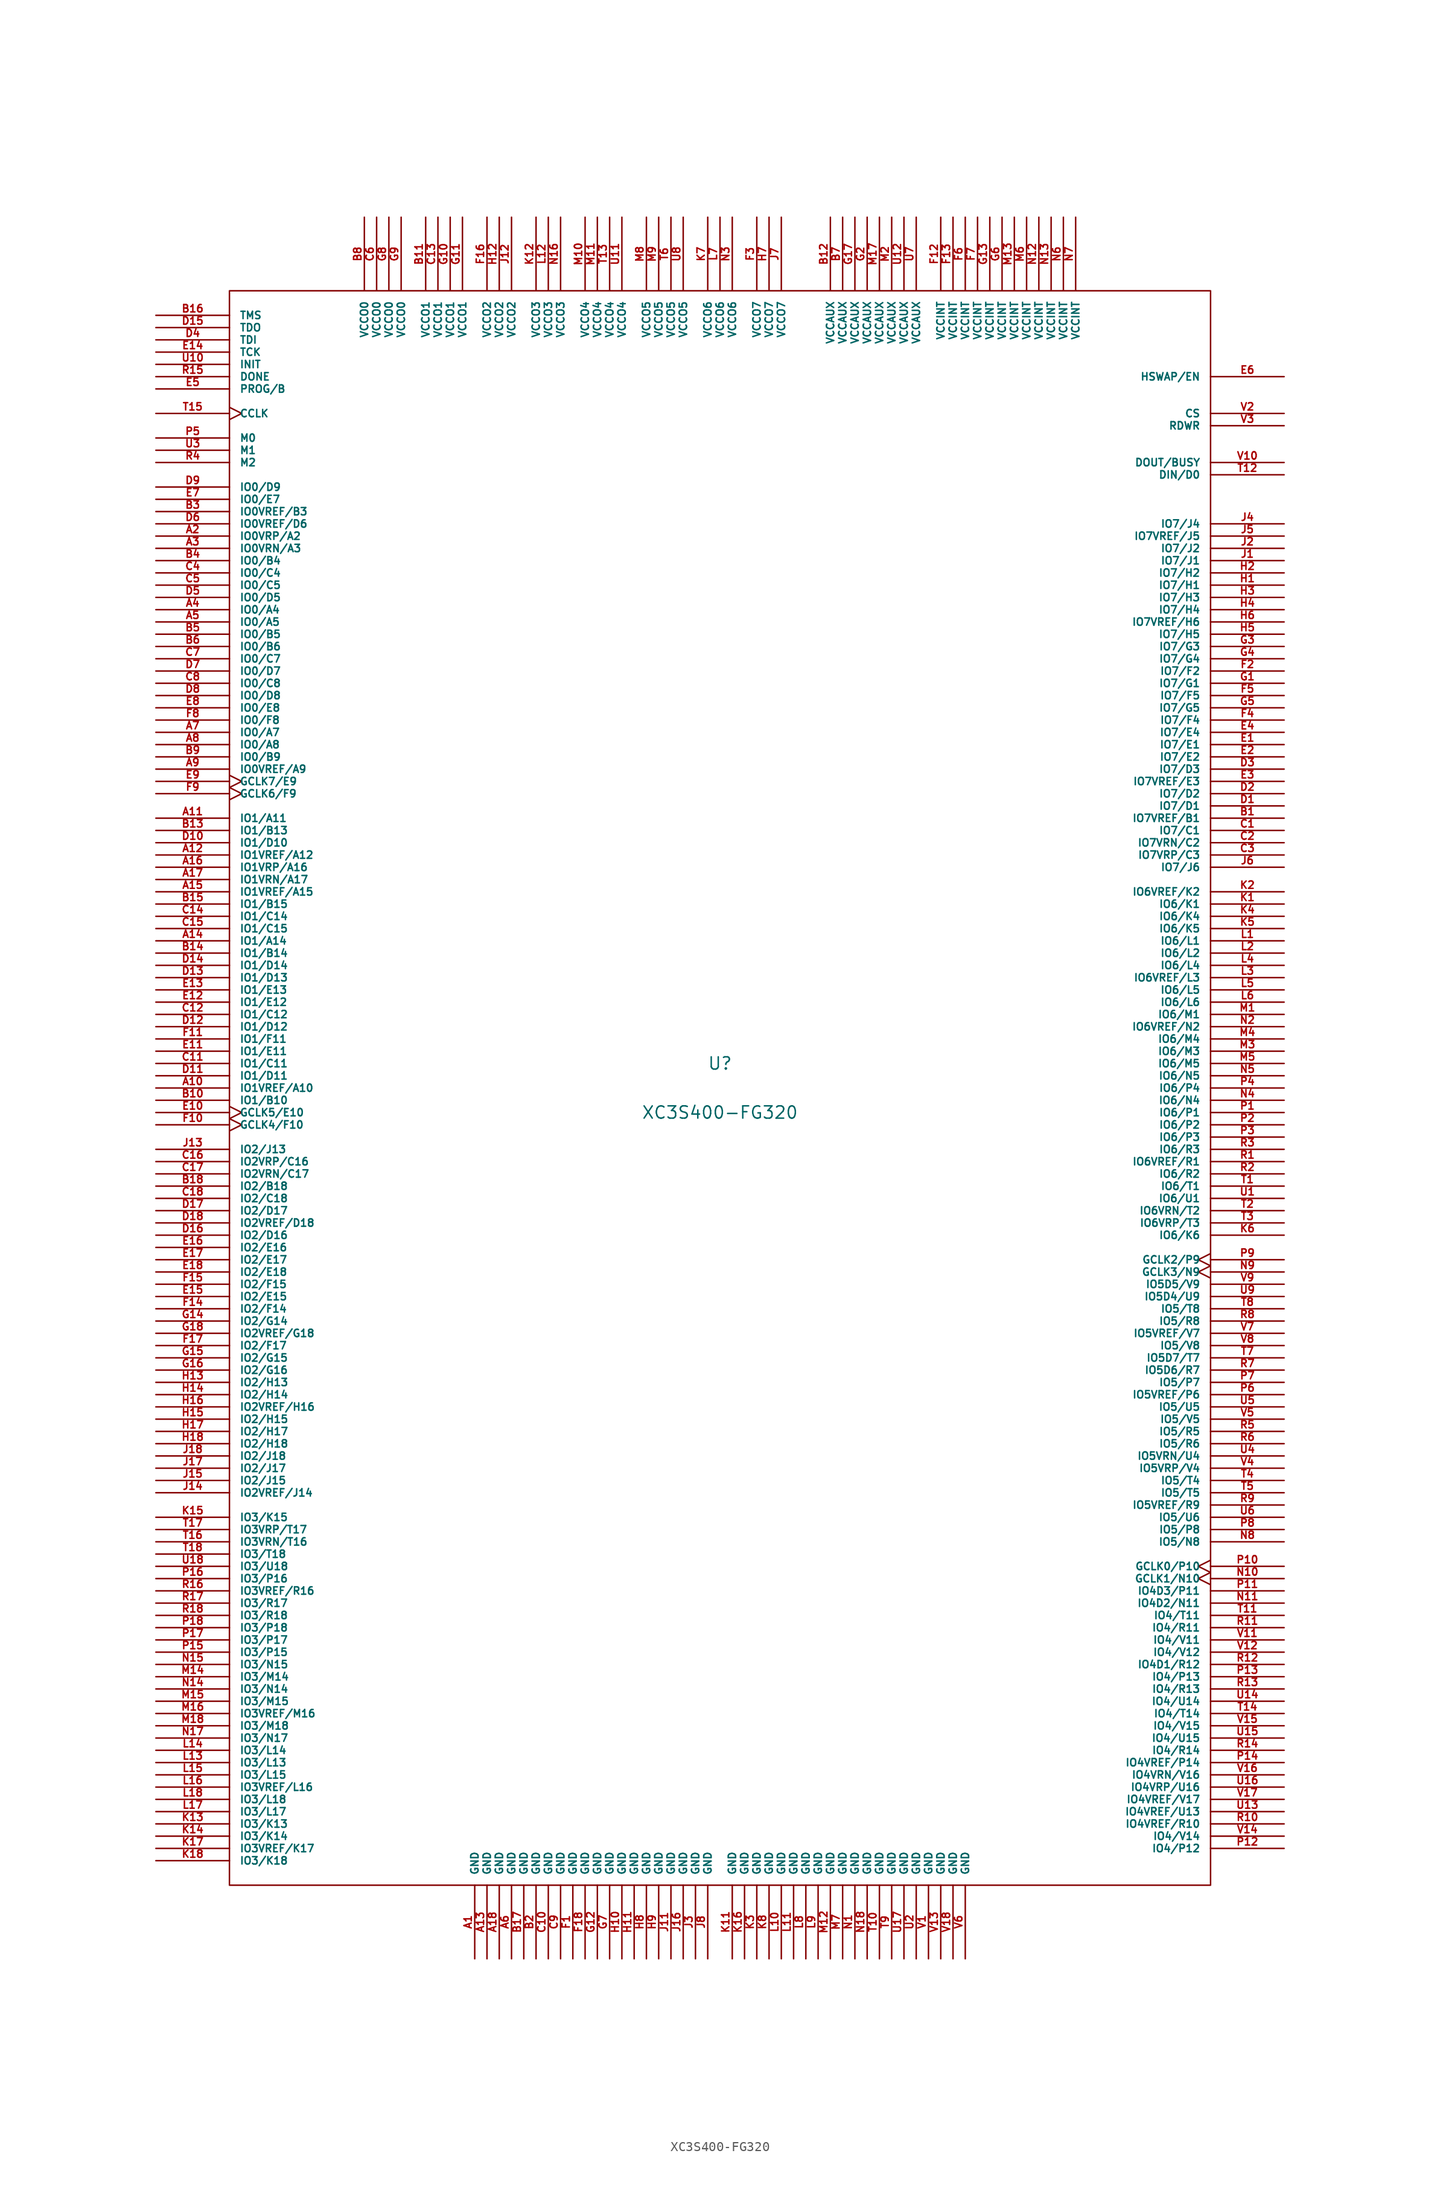
<source format=kicad_sym>
(kicad_symbol_lib
  (version 20201005)
  (generator kicad_symbol_editor)
  (symbol "FPGA_Xilinx:XC3S400-FG320"
    (pin_names
      (offset 1.016))
    (property "Reference" "U"
      (at 0 2.54 0)
      (effects (font (size 1.27 1.27))))
    (property "Value" "XC3S400-FG320"
      (at 0 -2.54 0)
      (effects (font (size 1.27 1.27))))
    (symbol "XC3S400-FG320_0_1"
      (rectangle (start -50.8 -82.55) (end 50.8 82.55) (stroke (width 0)) (fill (type none))))
    (symbol "XC3S400-FG320_1_1"
      (pin power_in line (at -25.4 -90.17 90) (length 7.62) (name "GND" (effects (font (size 0.762 0.762)))) (number "A1" (effects (font (size 0.762 0.762)))))
      (pin bidirectional line (at -58.42 0 0) (length 7.62) (name "IO1VREF/A10" (effects (font (size 0.762 0.762)))) (number "A10" (effects (font (size 0.762 0.762)))))
      (pin bidirectional line (at -58.42 27.94 0) (length 7.62) (name "IO1/A11" (effects (font (size 0.762 0.762)))) (number "A11" (effects (font (size 0.762 0.762)))))
      (pin bidirectional line (at -58.42 24.13 0) (length 7.62) (name "IO1VREF/A12" (effects (font (size 0.762 0.762)))) (number "A12" (effects (font (size 0.762 0.762)))))
      (pin power_in line (at -24.13 -90.17 90) (length 7.62) (name "GND" (effects (font (size 0.762 0.762)))) (number "A13" (effects (font (size 0.762 0.762)))))
      (pin bidirectional line (at -58.42 15.24 0) (length 7.62) (name "IO1/A14" (effects (font (size 0.762 0.762)))) (number "A14" (effects (font (size 0.762 0.762)))))
      (pin bidirectional line (at -58.42 20.32 0) (length 7.62) (name "IO1VREF/A15" (effects (font (size 0.762 0.762)))) (number "A15" (effects (font (size 0.762 0.762)))))
      (pin bidirectional line (at -58.42 22.86 0) (length 7.62) (name "IO1VRP/A16" (effects (font (size 0.762 0.762)))) (number "A16" (effects (font (size 0.762 0.762)))))
      (pin bidirectional line (at -58.42 21.59 0) (length 7.62) (name "IO1VRN/A17" (effects (font (size 0.762 0.762)))) (number "A17" (effects (font (size 0.762 0.762)))))
      (pin power_in line (at -22.86 -90.17 90) (length 7.62) (name "GND" (effects (font (size 0.762 0.762)))) (number "A18" (effects (font (size 0.762 0.762)))))
      (pin bidirectional line (at -58.42 57.15 0) (length 7.62) (name "IO0VRP/A2" (effects (font (size 0.762 0.762)))) (number "A2" (effects (font (size 0.762 0.762)))))
      (pin bidirectional line (at -58.42 55.88 0) (length 7.62) (name "IO0VRN/A3" (effects (font (size 0.762 0.762)))) (number "A3" (effects (font (size 0.762 0.762)))))
      (pin bidirectional line (at -58.42 49.53 0) (length 7.62) (name "IO0/A4" (effects (font (size 0.762 0.762)))) (number "A4" (effects (font (size 0.762 0.762)))))
      (pin bidirectional line (at -58.42 48.26 0) (length 7.62) (name "IO0/A5" (effects (font (size 0.762 0.762)))) (number "A5" (effects (font (size 0.762 0.762)))))
      (pin power_in line (at -21.59 -90.17 90) (length 7.62) (name "GND" (effects (font (size 0.762 0.762)))) (number "A6" (effects (font (size 0.762 0.762)))))
      (pin bidirectional line (at -58.42 36.83 0) (length 7.62) (name "IO0/A7" (effects (font (size 0.762 0.762)))) (number "A7" (effects (font (size 0.762 0.762)))))
      (pin bidirectional line (at -58.42 35.56 0) (length 7.62) (name "IO0/A8" (effects (font (size 0.762 0.762)))) (number "A8" (effects (font (size 0.762 0.762)))))
      (pin bidirectional line (at -58.42 33.02 0) (length 7.62) (name "IO0VREF/A9" (effects (font (size 0.762 0.762)))) (number "A9" (effects (font (size 0.762 0.762)))))
      (pin bidirectional line (at 58.42 27.94 180) (length 7.62) (name "IO7VREF/B1" (effects (font (size 0.762 0.762)))) (number "B1" (effects (font (size 0.762 0.762)))))
      (pin bidirectional line (at -58.42 -1.27 0) (length 7.62) (name "IO1/B10" (effects (font (size 0.762 0.762)))) (number "B10" (effects (font (size 0.762 0.762)))))
      (pin power_in line (at -30.48 90.17 270) (length 7.62) (name "VCCO1" (effects (font (size 0.762 0.762)))) (number "B11" (effects (font (size 0.762 0.762)))))
      (pin power_in line (at 11.43 90.17 270) (length 7.62) (name "VCCAUX" (effects (font (size 0.762 0.762)))) (number "B12" (effects (font (size 0.762 0.762)))))
      (pin bidirectional line (at -58.42 26.67 0) (length 7.62) (name "IO1/B13" (effects (font (size 0.762 0.762)))) (number "B13" (effects (font (size 0.762 0.762)))))
      (pin bidirectional line (at -58.42 13.97 0) (length 7.62) (name "IO1/B14" (effects (font (size 0.762 0.762)))) (number "B14" (effects (font (size 0.762 0.762)))))
      (pin bidirectional line (at -58.42 19.05 0) (length 7.62) (name "IO1/B15" (effects (font (size 0.762 0.762)))) (number "B15" (effects (font (size 0.762 0.762)))))
      (pin input line (at -58.42 80.01 0) (length 7.62) (name "TMS" (effects (font (size 0.762 0.762)))) (number "B16" (effects (font (size 0.762 0.762)))))
      (pin power_in line (at -20.32 -90.17 90) (length 7.62) (name "GND" (effects (font (size 0.762 0.762)))) (number "B17" (effects (font (size 0.762 0.762)))))
      (pin bidirectional line (at -58.42 -10.16 0) (length 7.62) (name "IO2/B18" (effects (font (size 0.762 0.762)))) (number "B18" (effects (font (size 0.762 0.762)))))
      (pin power_in line (at -19.05 -90.17 90) (length 7.62) (name "GND" (effects (font (size 0.762 0.762)))) (number "B2" (effects (font (size 0.762 0.762)))))
      (pin bidirectional line (at -58.42 59.69 0) (length 7.62) (name "IO0VREF/B3" (effects (font (size 0.762 0.762)))) (number "B3" (effects (font (size 0.762 0.762)))))
      (pin bidirectional line (at -58.42 54.61 0) (length 7.62) (name "IO0/B4" (effects (font (size 0.762 0.762)))) (number "B4" (effects (font (size 0.762 0.762)))))
      (pin bidirectional line (at -58.42 46.99 0) (length 7.62) (name "IO0/B5" (effects (font (size 0.762 0.762)))) (number "B5" (effects (font (size 0.762 0.762)))))
      (pin bidirectional line (at -58.42 45.72 0) (length 7.62) (name "IO0/B6" (effects (font (size 0.762 0.762)))) (number "B6" (effects (font (size 0.762 0.762)))))
      (pin power_in line (at 12.7 90.17 270) (length 7.62) (name "VCCAUX" (effects (font (size 0.762 0.762)))) (number "B7" (effects (font (size 0.762 0.762)))))
      (pin power_in line (at -36.83 90.17 270) (length 7.62) (name "VCCO0" (effects (font (size 0.762 0.762)))) (number "B8" (effects (font (size 0.762 0.762)))))
      (pin bidirectional line (at -58.42 34.29 0) (length 7.62) (name "IO0/B9" (effects (font (size 0.762 0.762)))) (number "B9" (effects (font (size 0.762 0.762)))))
      (pin bidirectional line (at 58.42 26.67 180) (length 7.62) (name "IO7/C1" (effects (font (size 0.762 0.762)))) (number "C1" (effects (font (size 0.762 0.762)))))
      (pin power_in line (at -17.78 -90.17 90) (length 7.62) (name "GND" (effects (font (size 0.762 0.762)))) (number "C10" (effects (font (size 0.762 0.762)))))
      (pin bidirectional line (at -58.42 2.54 0) (length 7.62) (name "IO1/C11" (effects (font (size 0.762 0.762)))) (number "C11" (effects (font (size 0.762 0.762)))))
      (pin bidirectional line (at -58.42 7.62 0) (length 7.62) (name "IO1/C12" (effects (font (size 0.762 0.762)))) (number "C12" (effects (font (size 0.762 0.762)))))
      (pin power_in line (at -29.21 90.17 270) (length 7.62) (name "VCCO1" (effects (font (size 0.762 0.762)))) (number "C13" (effects (font (size 0.762 0.762)))))
      (pin bidirectional line (at -58.42 17.78 0) (length 7.62) (name "IO1/C14" (effects (font (size 0.762 0.762)))) (number "C14" (effects (font (size 0.762 0.762)))))
      (pin bidirectional line (at -58.42 16.51 0) (length 7.62) (name "IO1/C15" (effects (font (size 0.762 0.762)))) (number "C15" (effects (font (size 0.762 0.762)))))
      (pin bidirectional line (at -58.42 -7.62 0) (length 7.62) (name "IO2VRP/C16" (effects (font (size 0.762 0.762)))) (number "C16" (effects (font (size 0.762 0.762)))))
      (pin bidirectional line (at -58.42 -8.89 0) (length 7.62) (name "IO2VRN/C17" (effects (font (size 0.762 0.762)))) (number "C17" (effects (font (size 0.762 0.762)))))
      (pin bidirectional line (at -58.42 -11.43 0) (length 7.62) (name "IO2/C18" (effects (font (size 0.762 0.762)))) (number "C18" (effects (font (size 0.762 0.762)))))
      (pin bidirectional line (at 58.42 25.4 180) (length 7.62) (name "IO7VRN/C2" (effects (font (size 0.762 0.762)))) (number "C2" (effects (font (size 0.762 0.762)))))
      (pin bidirectional line (at 58.42 24.13 180) (length 7.62) (name "IO7VRP/C3" (effects (font (size 0.762 0.762)))) (number "C3" (effects (font (size 0.762 0.762)))))
      (pin bidirectional line (at -58.42 53.34 0) (length 7.62) (name "IO0/C4" (effects (font (size 0.762 0.762)))) (number "C4" (effects (font (size 0.762 0.762)))))
      (pin bidirectional line (at -58.42 52.07 0) (length 7.62) (name "IO0/C5" (effects (font (size 0.762 0.762)))) (number "C5" (effects (font (size 0.762 0.762)))))
      (pin power_in line (at -35.56 90.17 270) (length 7.62) (name "VCCO0" (effects (font (size 0.762 0.762)))) (number "C6" (effects (font (size 0.762 0.762)))))
      (pin bidirectional line (at -58.42 44.45 0) (length 7.62) (name "IO0/C7" (effects (font (size 0.762 0.762)))) (number "C7" (effects (font (size 0.762 0.762)))))
      (pin bidirectional line (at -58.42 41.91 0) (length 7.62) (name "IO0/C8" (effects (font (size 0.762 0.762)))) (number "C8" (effects (font (size 0.762 0.762)))))
      (pin power_in line (at -16.51 -90.17 90) (length 7.62) (name "GND" (effects (font (size 0.762 0.762)))) (number "C9" (effects (font (size 0.762 0.762)))))
      (pin bidirectional line (at 58.42 29.21 180) (length 7.62) (name "IO7/D1" (effects (font (size 0.762 0.762)))) (number "D1" (effects (font (size 0.762 0.762)))))
      (pin bidirectional line (at -58.42 25.4 0) (length 7.62) (name "IO1/D10" (effects (font (size 0.762 0.762)))) (number "D10" (effects (font (size 0.762 0.762)))))
      (pin bidirectional line (at -58.42 1.27 0) (length 7.62) (name "IO1/D11" (effects (font (size 0.762 0.762)))) (number "D11" (effects (font (size 0.762 0.762)))))
      (pin bidirectional line (at -58.42 6.35 0) (length 7.62) (name "IO1/D12" (effects (font (size 0.762 0.762)))) (number "D12" (effects (font (size 0.762 0.762)))))
      (pin bidirectional line (at -58.42 11.43 0) (length 7.62) (name "IO1/D13" (effects (font (size 0.762 0.762)))) (number "D13" (effects (font (size 0.762 0.762)))))
      (pin bidirectional line (at -58.42 12.7 0) (length 7.62) (name "IO1/D14" (effects (font (size 0.762 0.762)))) (number "D14" (effects (font (size 0.762 0.762)))))
      (pin output line (at -58.42 78.74 0) (length 7.62) (name "TDO" (effects (font (size 0.762 0.762)))) (number "D15" (effects (font (size 0.762 0.762)))))
      (pin bidirectional line (at -58.42 -15.24 0) (length 7.62) (name "IO2/D16" (effects (font (size 0.762 0.762)))) (number "D16" (effects (font (size 0.762 0.762)))))
      (pin bidirectional line (at -58.42 -12.7 0) (length 7.62) (name "IO2/D17" (effects (font (size 0.762 0.762)))) (number "D17" (effects (font (size 0.762 0.762)))))
      (pin bidirectional line (at -58.42 -13.97 0) (length 7.62) (name "IO2VREF/D18" (effects (font (size 0.762 0.762)))) (number "D18" (effects (font (size 0.762 0.762)))))
      (pin bidirectional line (at 58.42 30.48 180) (length 7.62) (name "IO7/D2" (effects (font (size 0.762 0.762)))) (number "D2" (effects (font (size 0.762 0.762)))))
      (pin bidirectional line (at 58.42 33.02 180) (length 7.62) (name "IO7/D3" (effects (font (size 0.762 0.762)))) (number "D3" (effects (font (size 0.762 0.762)))))
      (pin input line (at -58.42 77.47 0) (length 7.62) (name "TDI" (effects (font (size 0.762 0.762)))) (number "D4" (effects (font (size 0.762 0.762)))))
      (pin bidirectional line (at -58.42 50.8 0) (length 7.62) (name "IO0/D5" (effects (font (size 0.762 0.762)))) (number "D5" (effects (font (size 0.762 0.762)))))
      (pin bidirectional line (at -58.42 58.42 0) (length 7.62) (name "IO0VREF/D6" (effects (font (size 0.762 0.762)))) (number "D6" (effects (font (size 0.762 0.762)))))
      (pin bidirectional line (at -58.42 43.18 0) (length 7.62) (name "IO0/D7" (effects (font (size 0.762 0.762)))) (number "D7" (effects (font (size 0.762 0.762)))))
      (pin bidirectional line (at -58.42 40.64 0) (length 7.62) (name "IO0/D8" (effects (font (size 0.762 0.762)))) (number "D8" (effects (font (size 0.762 0.762)))))
      (pin bidirectional line (at -58.42 62.23 0) (length 7.62) (name "IO0/D9" (effects (font (size 0.762 0.762)))) (number "D9" (effects (font (size 0.762 0.762)))))
      (pin bidirectional line (at 58.42 35.56 180) (length 7.62) (name "IO7/E1" (effects (font (size 0.762 0.762)))) (number "E1" (effects (font (size 0.762 0.762)))))
      (pin input clock (at -58.42 -2.54 0) (length 7.62) (name "GCLK5/E10" (effects (font (size 0.762 0.762)))) (number "E10" (effects (font (size 0.762 0.762)))))
      (pin bidirectional line (at -58.42 3.81 0) (length 7.62) (name "IO1/E11" (effects (font (size 0.762 0.762)))) (number "E11" (effects (font (size 0.762 0.762)))))
      (pin bidirectional line (at -58.42 8.89 0) (length 7.62) (name "IO1/E12" (effects (font (size 0.762 0.762)))) (number "E12" (effects (font (size 0.762 0.762)))))
      (pin bidirectional line (at -58.42 10.16 0) (length 7.62) (name "IO1/E13" (effects (font (size 0.762 0.762)))) (number "E13" (effects (font (size 0.762 0.762)))))
      (pin input line (at -58.42 76.2 0) (length 7.62) (name "TCK" (effects (font (size 0.762 0.762)))) (number "E14" (effects (font (size 0.762 0.762)))))
      (pin bidirectional line (at -58.42 -21.59 0) (length 7.62) (name "IO2/E15" (effects (font (size 0.762 0.762)))) (number "E15" (effects (font (size 0.762 0.762)))))
      (pin bidirectional line (at -58.42 -16.51 0) (length 7.62) (name "IO2/E16" (effects (font (size 0.762 0.762)))) (number "E16" (effects (font (size 0.762 0.762)))))
      (pin bidirectional line (at -58.42 -17.78 0) (length 7.62) (name "IO2/E17" (effects (font (size 0.762 0.762)))) (number "E17" (effects (font (size 0.762 0.762)))))
      (pin bidirectional line (at -58.42 -19.05 0) (length 7.62) (name "IO2/E18" (effects (font (size 0.762 0.762)))) (number "E18" (effects (font (size 0.762 0.762)))))
      (pin bidirectional line (at 58.42 34.29 180) (length 7.62) (name "IO7/E2" (effects (font (size 0.762 0.762)))) (number "E2" (effects (font (size 0.762 0.762)))))
      (pin bidirectional line (at 58.42 31.75 180) (length 7.62) (name "IO7VREF/E3" (effects (font (size 0.762 0.762)))) (number "E3" (effects (font (size 0.762 0.762)))))
      (pin bidirectional line (at 58.42 36.83 180) (length 7.62) (name "IO7/E4" (effects (font (size 0.762 0.762)))) (number "E4" (effects (font (size 0.762 0.762)))))
      (pin input line (at -58.42 72.39 0) (length 7.62) (name "PROG/B" (effects (font (size 0.762 0.762)))) (number "E5" (effects (font (size 0.762 0.762)))))
      (pin input line (at 58.42 73.66 180) (length 7.62) (name "HSWAP/EN" (effects (font (size 0.762 0.762)))) (number "E6" (effects (font (size 0.762 0.762)))))
      (pin bidirectional line (at -58.42 60.96 0) (length 7.62) (name "IO0/E7" (effects (font (size 0.762 0.762)))) (number "E7" (effects (font (size 0.762 0.762)))))
      (pin bidirectional line (at -58.42 39.37 0) (length 7.62) (name "IO0/E8" (effects (font (size 0.762 0.762)))) (number "E8" (effects (font (size 0.762 0.762)))))
      (pin input clock (at -58.42 31.75 0) (length 7.62) (name "GCLK7/E9" (effects (font (size 0.762 0.762)))) (number "E9" (effects (font (size 0.762 0.762)))))
      (pin power_in line (at -15.24 -90.17 90) (length 7.62) (name "GND" (effects (font (size 0.762 0.762)))) (number "F1" (effects (font (size 0.762 0.762)))))
      (pin input clock (at -58.42 -3.81 0) (length 7.62) (name "GCLK4/F10" (effects (font (size 0.762 0.762)))) (number "F10" (effects (font (size 0.762 0.762)))))
      (pin bidirectional line (at -58.42 5.08 0) (length 7.62) (name "IO1/F11" (effects (font (size 0.762 0.762)))) (number "F11" (effects (font (size 0.762 0.762)))))
      (pin power_in line (at 22.86 90.17 270) (length 7.62) (name "VCCINT" (effects (font (size 0.762 0.762)))) (number "F12" (effects (font (size 0.762 0.762)))))
      (pin power_in line (at 24.13 90.17 270) (length 7.62) (name "VCCINT" (effects (font (size 0.762 0.762)))) (number "F13" (effects (font (size 0.762 0.762)))))
      (pin bidirectional line (at -58.42 -22.86 0) (length 7.62) (name "IO2/F14" (effects (font (size 0.762 0.762)))) (number "F14" (effects (font (size 0.762 0.762)))))
      (pin bidirectional line (at -58.42 -20.32 0) (length 7.62) (name "IO2/F15" (effects (font (size 0.762 0.762)))) (number "F15" (effects (font (size 0.762 0.762)))))
      (pin power_in line (at -24.13 90.17 270) (length 7.62) (name "VCCO2" (effects (font (size 0.762 0.762)))) (number "F16" (effects (font (size 0.762 0.762)))))
      (pin bidirectional line (at -58.42 -26.67 0) (length 7.62) (name "IO2/F17" (effects (font (size 0.762 0.762)))) (number "F17" (effects (font (size 0.762 0.762)))))
      (pin power_in line (at -13.97 -90.17 90) (length 7.62) (name "GND" (effects (font (size 0.762 0.762)))) (number "F18" (effects (font (size 0.762 0.762)))))
      (pin bidirectional line (at 58.42 43.18 180) (length 7.62) (name "IO7/F2" (effects (font (size 0.762 0.762)))) (number "F2" (effects (font (size 0.762 0.762)))))
      (pin power_in line (at 3.81 90.17 270) (length 7.62) (name "VCCO7" (effects (font (size 0.762 0.762)))) (number "F3" (effects (font (size 0.762 0.762)))))
      (pin bidirectional line (at 58.42 38.1 180) (length 7.62) (name "IO7/F4" (effects (font (size 0.762 0.762)))) (number "F4" (effects (font (size 0.762 0.762)))))
      (pin bidirectional line (at 58.42 40.64 180) (length 7.62) (name "IO7/F5" (effects (font (size 0.762 0.762)))) (number "F5" (effects (font (size 0.762 0.762)))))
      (pin power_in line (at 25.4 90.17 270) (length 7.62) (name "VCCINT" (effects (font (size 0.762 0.762)))) (number "F6" (effects (font (size 0.762 0.762)))))
      (pin power_in line (at 26.67 90.17 270) (length 7.62) (name "VCCINT" (effects (font (size 0.762 0.762)))) (number "F7" (effects (font (size 0.762 0.762)))))
      (pin bidirectional line (at -58.42 38.1 0) (length 7.62) (name "IO0/F8" (effects (font (size 0.762 0.762)))) (number "F8" (effects (font (size 0.762 0.762)))))
      (pin input clock (at -58.42 30.48 0) (length 7.62) (name "GCLK6/F9" (effects (font (size 0.762 0.762)))) (number "F9" (effects (font (size 0.762 0.762)))))
      (pin bidirectional line (at 58.42 41.91 180) (length 7.62) (name "IO7/G1" (effects (font (size 0.762 0.762)))) (number "G1" (effects (font (size 0.762 0.762)))))
      (pin power_in line (at -27.94 90.17 270) (length 7.62) (name "VCCO1" (effects (font (size 0.762 0.762)))) (number "G10" (effects (font (size 0.762 0.762)))))
      (pin power_in line (at -26.67 90.17 270) (length 7.62) (name "VCCO1" (effects (font (size 0.762 0.762)))) (number "G11" (effects (font (size 0.762 0.762)))))
      (pin power_in line (at -12.7 -90.17 90) (length 7.62) (name "GND" (effects (font (size 0.762 0.762)))) (number "G12" (effects (font (size 0.762 0.762)))))
      (pin power_in line (at 27.94 90.17 270) (length 7.62) (name "VCCINT" (effects (font (size 0.762 0.762)))) (number "G13" (effects (font (size 0.762 0.762)))))
      (pin bidirectional line (at -58.42 -24.13 0) (length 7.62) (name "IO2/G14" (effects (font (size 0.762 0.762)))) (number "G14" (effects (font (size 0.762 0.762)))))
      (pin bidirectional line (at -58.42 -27.94 0) (length 7.62) (name "IO2/G15" (effects (font (size 0.762 0.762)))) (number "G15" (effects (font (size 0.762 0.762)))))
      (pin bidirectional line (at -58.42 -29.21 0) (length 7.62) (name "IO2/G16" (effects (font (size 0.762 0.762)))) (number "G16" (effects (font (size 0.762 0.762)))))
      (pin power_in line (at 13.97 90.17 270) (length 7.62) (name "VCCAUX" (effects (font (size 0.762 0.762)))) (number "G17" (effects (font (size 0.762 0.762)))))
      (pin bidirectional line (at -58.42 -25.4 0) (length 7.62) (name "IO2VREF/G18" (effects (font (size 0.762 0.762)))) (number "G18" (effects (font (size 0.762 0.762)))))
      (pin power_in line (at 15.24 90.17 270) (length 7.62) (name "VCCAUX" (effects (font (size 0.762 0.762)))) (number "G2" (effects (font (size 0.762 0.762)))))
      (pin bidirectional line (at 58.42 45.72 180) (length 7.62) (name "IO7/G3" (effects (font (size 0.762 0.762)))) (number "G3" (effects (font (size 0.762 0.762)))))
      (pin bidirectional line (at 58.42 44.45 180) (length 7.62) (name "IO7/G4" (effects (font (size 0.762 0.762)))) (number "G4" (effects (font (size 0.762 0.762)))))
      (pin bidirectional line (at 58.42 39.37 180) (length 7.62) (name "IO7/G5" (effects (font (size 0.762 0.762)))) (number "G5" (effects (font (size 0.762 0.762)))))
      (pin power_in line (at 29.21 90.17 270) (length 7.62) (name "VCCINT" (effects (font (size 0.762 0.762)))) (number "G6" (effects (font (size 0.762 0.762)))))
      (pin power_in line (at -11.43 -90.17 90) (length 7.62) (name "GND" (effects (font (size 0.762 0.762)))) (number "G7" (effects (font (size 0.762 0.762)))))
      (pin power_in line (at -34.29 90.17 270) (length 7.62) (name "VCCO0" (effects (font (size 0.762 0.762)))) (number "G8" (effects (font (size 0.762 0.762)))))
      (pin power_in line (at -33.02 90.17 270) (length 7.62) (name "VCCO0" (effects (font (size 0.762 0.762)))) (number "G9" (effects (font (size 0.762 0.762)))))
      (pin bidirectional line (at 58.42 52.07 180) (length 7.62) (name "IO7/H1" (effects (font (size 0.762 0.762)))) (number "H1" (effects (font (size 0.762 0.762)))))
      (pin power_in line (at -10.16 -90.17 90) (length 7.62) (name "GND" (effects (font (size 0.762 0.762)))) (number "H10" (effects (font (size 0.762 0.762)))))
      (pin power_in line (at -8.89 -90.17 90) (length 7.62) (name "GND" (effects (font (size 0.762 0.762)))) (number "H11" (effects (font (size 0.762 0.762)))))
      (pin power_in line (at -22.86 90.17 270) (length 7.62) (name "VCCO2" (effects (font (size 0.762 0.762)))) (number "H12" (effects (font (size 0.762 0.762)))))
      (pin bidirectional line (at -58.42 -30.48 0) (length 7.62) (name "IO2/H13" (effects (font (size 0.762 0.762)))) (number "H13" (effects (font (size 0.762 0.762)))))
      (pin bidirectional line (at -58.42 -31.75 0) (length 7.62) (name "IO2/H14" (effects (font (size 0.762 0.762)))) (number "H14" (effects (font (size 0.762 0.762)))))
      (pin bidirectional line (at -58.42 -34.29 0) (length 7.62) (name "IO2/H15" (effects (font (size 0.762 0.762)))) (number "H15" (effects (font (size 0.762 0.762)))))
      (pin bidirectional line (at -58.42 -33.02 0) (length 7.62) (name "IO2VREF/H16" (effects (font (size 0.762 0.762)))) (number "H16" (effects (font (size 0.762 0.762)))))
      (pin bidirectional line (at -58.42 -35.56 0) (length 7.62) (name "IO2/H17" (effects (font (size 0.762 0.762)))) (number "H17" (effects (font (size 0.762 0.762)))))
      (pin bidirectional line (at -58.42 -36.83 0) (length 7.62) (name "IO2/H18" (effects (font (size 0.762 0.762)))) (number "H18" (effects (font (size 0.762 0.762)))))
      (pin bidirectional line (at 58.42 53.34 180) (length 7.62) (name "IO7/H2" (effects (font (size 0.762 0.762)))) (number "H2" (effects (font (size 0.762 0.762)))))
      (pin bidirectional line (at 58.42 50.8 180) (length 7.62) (name "IO7/H3" (effects (font (size 0.762 0.762)))) (number "H3" (effects (font (size 0.762 0.762)))))
      (pin bidirectional line (at 58.42 49.53 180) (length 7.62) (name "IO7/H4" (effects (font (size 0.762 0.762)))) (number "H4" (effects (font (size 0.762 0.762)))))
      (pin bidirectional line (at 58.42 46.99 180) (length 7.62) (name "IO7/H5" (effects (font (size 0.762 0.762)))) (number "H5" (effects (font (size 0.762 0.762)))))
      (pin bidirectional line (at 58.42 48.26 180) (length 7.62) (name "IO7VREF/H6" (effects (font (size 0.762 0.762)))) (number "H6" (effects (font (size 0.762 0.762)))))
      (pin power_in line (at 5.08 90.17 270) (length 7.62) (name "VCCO7" (effects (font (size 0.762 0.762)))) (number "H7" (effects (font (size 0.762 0.762)))))
      (pin power_in line (at -7.62 -90.17 90) (length 7.62) (name "GND" (effects (font (size 0.762 0.762)))) (number "H8" (effects (font (size 0.762 0.762)))))
      (pin power_in line (at -6.35 -90.17 90) (length 7.62) (name "GND" (effects (font (size 0.762 0.762)))) (number "H9" (effects (font (size 0.762 0.762)))))
      (pin bidirectional line (at 58.42 54.61 180) (length 7.62) (name "IO7/J1" (effects (font (size 0.762 0.762)))) (number "J1" (effects (font (size 0.762 0.762)))))
      (pin power_in line (at -5.08 -90.17 90) (length 7.62) (name "GND" (effects (font (size 0.762 0.762)))) (number "J11" (effects (font (size 0.762 0.762)))))
      (pin power_in line (at -21.59 90.17 270) (length 7.62) (name "VCCO2" (effects (font (size 0.762 0.762)))) (number "J12" (effects (font (size 0.762 0.762)))))
      (pin bidirectional line (at -58.42 -6.35 0) (length 7.62) (name "IO2/J13" (effects (font (size 0.762 0.762)))) (number "J13" (effects (font (size 0.762 0.762)))))
      (pin bidirectional line (at -58.42 -41.91 0) (length 7.62) (name "IO2VREF/J14" (effects (font (size 0.762 0.762)))) (number "J14" (effects (font (size 0.762 0.762)))))
      (pin bidirectional line (at -58.42 -40.64 0) (length 7.62) (name "IO2/J15" (effects (font (size 0.762 0.762)))) (number "J15" (effects (font (size 0.762 0.762)))))
      (pin power_in line (at -3.81 -90.17 90) (length 7.62) (name "GND" (effects (font (size 0.762 0.762)))) (number "J16" (effects (font (size 0.762 0.762)))))
      (pin bidirectional line (at -58.42 -39.37 0) (length 7.62) (name "IO2/J17" (effects (font (size 0.762 0.762)))) (number "J17" (effects (font (size 0.762 0.762)))))
      (pin bidirectional line (at -58.42 -38.1 0) (length 7.62) (name "IO2/J18" (effects (font (size 0.762 0.762)))) (number "J18" (effects (font (size 0.762 0.762)))))
      (pin bidirectional line (at 58.42 55.88 180) (length 7.62) (name "IO7/J2" (effects (font (size 0.762 0.762)))) (number "J2" (effects (font (size 0.762 0.762)))))
      (pin power_in line (at -2.54 -90.17 90) (length 7.62) (name "GND" (effects (font (size 0.762 0.762)))) (number "J3" (effects (font (size 0.762 0.762)))))
      (pin bidirectional line (at 58.42 58.42 180) (length 7.62) (name "IO7/J4" (effects (font (size 0.762 0.762)))) (number "J4" (effects (font (size 0.762 0.762)))))
      (pin bidirectional line (at 58.42 57.15 180) (length 7.62) (name "IO7VREF/J5" (effects (font (size 0.762 0.762)))) (number "J5" (effects (font (size 0.762 0.762)))))
      (pin bidirectional line (at 58.42 22.86 180) (length 7.62) (name "IO7/J6" (effects (font (size 0.762 0.762)))) (number "J6" (effects (font (size 0.762 0.762)))))
      (pin power_in line (at 6.35 90.17 270) (length 7.62) (name "VCCO7" (effects (font (size 0.762 0.762)))) (number "J7" (effects (font (size 0.762 0.762)))))
      (pin power_in line (at -1.27 -90.17 90) (length 7.62) (name "GND" (effects (font (size 0.762 0.762)))) (number "J8" (effects (font (size 0.762 0.762)))))
      (pin bidirectional line (at 58.42 19.05 180) (length 7.62) (name "IO6/K1" (effects (font (size 0.762 0.762)))) (number "K1" (effects (font (size 0.762 0.762)))))
      (pin power_in line (at 1.27 -90.17 90) (length 7.62) (name "GND" (effects (font (size 0.762 0.762)))) (number "K11" (effects (font (size 0.762 0.762)))))
      (pin power_in line (at -19.05 90.17 270) (length 7.62) (name "VCCO3" (effects (font (size 0.762 0.762)))) (number "K12" (effects (font (size 0.762 0.762)))))
      (pin bidirectional line (at -58.42 -76.2 0) (length 7.62) (name "IO3/K13" (effects (font (size 0.762 0.762)))) (number "K13" (effects (font (size 0.762 0.762)))))
      (pin bidirectional line (at -58.42 -77.47 0) (length 7.62) (name "IO3/K14" (effects (font (size 0.762 0.762)))) (number "K14" (effects (font (size 0.762 0.762)))))
      (pin bidirectional line (at -58.42 -44.45 0) (length 7.62) (name "IO3/K15" (effects (font (size 0.762 0.762)))) (number "K15" (effects (font (size 0.762 0.762)))))
      (pin power_in line (at 2.54 -90.17 90) (length 7.62) (name "GND" (effects (font (size 0.762 0.762)))) (number "K16" (effects (font (size 0.762 0.762)))))
      (pin bidirectional line (at -58.42 -78.74 0) (length 7.62) (name "IO3VREF/K17" (effects (font (size 0.762 0.762)))) (number "K17" (effects (font (size 0.762 0.762)))))
      (pin bidirectional line (at -58.42 -80.01 0) (length 7.62) (name "IO3/K18" (effects (font (size 0.762 0.762)))) (number "K18" (effects (font (size 0.762 0.762)))))
      (pin bidirectional line (at 58.42 20.32 180) (length 7.62) (name "IO6VREF/K2" (effects (font (size 0.762 0.762)))) (number "K2" (effects (font (size 0.762 0.762)))))
      (pin power_in line (at 3.81 -90.17 90) (length 7.62) (name "GND" (effects (font (size 0.762 0.762)))) (number "K3" (effects (font (size 0.762 0.762)))))
      (pin bidirectional line (at 58.42 17.78 180) (length 7.62) (name "IO6/K4" (effects (font (size 0.762 0.762)))) (number "K4" (effects (font (size 0.762 0.762)))))
      (pin bidirectional line (at 58.42 16.51 180) (length 7.62) (name "IO6/K5" (effects (font (size 0.762 0.762)))) (number "K5" (effects (font (size 0.762 0.762)))))
      (pin bidirectional line (at 58.42 -15.24 180) (length 7.62) (name "IO6/K6" (effects (font (size 0.762 0.762)))) (number "K6" (effects (font (size 0.762 0.762)))))
      (pin power_in line (at -1.27 90.17 270) (length 7.62) (name "VCCO6" (effects (font (size 0.762 0.762)))) (number "K7" (effects (font (size 0.762 0.762)))))
      (pin power_in line (at 5.08 -90.17 90) (length 7.62) (name "GND" (effects (font (size 0.762 0.762)))) (number "K8" (effects (font (size 0.762 0.762)))))
      (pin bidirectional line (at 58.42 15.24 180) (length 7.62) (name "IO6/L1" (effects (font (size 0.762 0.762)))) (number "L1" (effects (font (size 0.762 0.762)))))
      (pin power_in line (at 6.35 -90.17 90) (length 7.62) (name "GND" (effects (font (size 0.762 0.762)))) (number "L10" (effects (font (size 0.762 0.762)))))
      (pin power_in line (at 7.62 -90.17 90) (length 7.62) (name "GND" (effects (font (size 0.762 0.762)))) (number "L11" (effects (font (size 0.762 0.762)))))
      (pin power_in line (at -17.78 90.17 270) (length 7.62) (name "VCCO3" (effects (font (size 0.762 0.762)))) (number "L12" (effects (font (size 0.762 0.762)))))
      (pin bidirectional line (at -58.42 -69.85 0) (length 7.62) (name "IO3/L13" (effects (font (size 0.762 0.762)))) (number "L13" (effects (font (size 0.762 0.762)))))
      (pin bidirectional line (at -58.42 -68.58 0) (length 7.62) (name "IO3/L14" (effects (font (size 0.762 0.762)))) (number "L14" (effects (font (size 0.762 0.762)))))
      (pin bidirectional line (at -58.42 -71.12 0) (length 7.62) (name "IO3/L15" (effects (font (size 0.762 0.762)))) (number "L15" (effects (font (size 0.762 0.762)))))
      (pin bidirectional line (at -58.42 -72.39 0) (length 7.62) (name "IO3VREF/L16" (effects (font (size 0.762 0.762)))) (number "L16" (effects (font (size 0.762 0.762)))))
      (pin bidirectional line (at -58.42 -74.93 0) (length 7.62) (name "IO3/L17" (effects (font (size 0.762 0.762)))) (number "L17" (effects (font (size 0.762 0.762)))))
      (pin bidirectional line (at -58.42 -73.66 0) (length 7.62) (name "IO3/L18" (effects (font (size 0.762 0.762)))) (number "L18" (effects (font (size 0.762 0.762)))))
      (pin bidirectional line (at 58.42 13.97 180) (length 7.62) (name "IO6/L2" (effects (font (size 0.762 0.762)))) (number "L2" (effects (font (size 0.762 0.762)))))
      (pin bidirectional line (at 58.42 11.43 180) (length 7.62) (name "IO6VREF/L3" (effects (font (size 0.762 0.762)))) (number "L3" (effects (font (size 0.762 0.762)))))
      (pin bidirectional line (at 58.42 12.7 180) (length 7.62) (name "IO6/L4" (effects (font (size 0.762 0.762)))) (number "L4" (effects (font (size 0.762 0.762)))))
      (pin bidirectional line (at 58.42 10.16 180) (length 7.62) (name "IO6/L5" (effects (font (size 0.762 0.762)))) (number "L5" (effects (font (size 0.762 0.762)))))
      (pin bidirectional line (at 58.42 8.89 180) (length 7.62) (name "IO6/L6" (effects (font (size 0.762 0.762)))) (number "L6" (effects (font (size 0.762 0.762)))))
      (pin power_in line (at 0 90.17 270) (length 7.62) (name "VCCO6" (effects (font (size 0.762 0.762)))) (number "L7" (effects (font (size 0.762 0.762)))))
      (pin power_in line (at 8.89 -90.17 90) (length 7.62) (name "GND" (effects (font (size 0.762 0.762)))) (number "L8" (effects (font (size 0.762 0.762)))))
      (pin power_in line (at 10.16 -90.17 90) (length 7.62) (name "GND" (effects (font (size 0.762 0.762)))) (number "L9" (effects (font (size 0.762 0.762)))))
      (pin bidirectional line (at 58.42 7.62 180) (length 7.62) (name "IO6/M1" (effects (font (size 0.762 0.762)))) (number "M1" (effects (font (size 0.762 0.762)))))
      (pin power_in line (at -13.97 90.17 270) (length 7.62) (name "VCCO4" (effects (font (size 0.762 0.762)))) (number "M10" (effects (font (size 0.762 0.762)))))
      (pin power_in line (at -12.7 90.17 270) (length 7.62) (name "VCCO4" (effects (font (size 0.762 0.762)))) (number "M11" (effects (font (size 0.762 0.762)))))
      (pin power_in line (at 11.43 -90.17 90) (length 7.62) (name "GND" (effects (font (size 0.762 0.762)))) (number "M12" (effects (font (size 0.762 0.762)))))
      (pin power_in line (at 30.48 90.17 270) (length 7.62) (name "VCCINT" (effects (font (size 0.762 0.762)))) (number "M13" (effects (font (size 0.762 0.762)))))
      (pin bidirectional line (at -58.42 -60.96 0) (length 7.62) (name "IO3/M14" (effects (font (size 0.762 0.762)))) (number "M14" (effects (font (size 0.762 0.762)))))
      (pin bidirectional line (at -58.42 -63.5 0) (length 7.62) (name "IO3/M15" (effects (font (size 0.762 0.762)))) (number "M15" (effects (font (size 0.762 0.762)))))
      (pin bidirectional line (at -58.42 -64.77 0) (length 7.62) (name "IO3VREF/M16" (effects (font (size 0.762 0.762)))) (number "M16" (effects (font (size 0.762 0.762)))))
      (pin power_in line (at 16.51 90.17 270) (length 7.62) (name "VCCAUX" (effects (font (size 0.762 0.762)))) (number "M17" (effects (font (size 0.762 0.762)))))
      (pin bidirectional line (at -58.42 -66.04 0) (length 7.62) (name "IO3/M18" (effects (font (size 0.762 0.762)))) (number "M18" (effects (font (size 0.762 0.762)))))
      (pin power_in line (at 17.78 90.17 270) (length 7.62) (name "VCCAUX" (effects (font (size 0.762 0.762)))) (number "M2" (effects (font (size 0.762 0.762)))))
      (pin bidirectional line (at 58.42 3.81 180) (length 7.62) (name "IO6/M3" (effects (font (size 0.762 0.762)))) (number "M3" (effects (font (size 0.762 0.762)))))
      (pin bidirectional line (at 58.42 5.08 180) (length 7.62) (name "IO6/M4" (effects (font (size 0.762 0.762)))) (number "M4" (effects (font (size 0.762 0.762)))))
      (pin bidirectional line (at 58.42 2.54 180) (length 7.62) (name "IO6/M5" (effects (font (size 0.762 0.762)))) (number "M5" (effects (font (size 0.762 0.762)))))
      (pin power_in line (at 31.75 90.17 270) (length 7.62) (name "VCCINT" (effects (font (size 0.762 0.762)))) (number "M6" (effects (font (size 0.762 0.762)))))
      (pin power_in line (at 12.7 -90.17 90) (length 7.62) (name "GND" (effects (font (size 0.762 0.762)))) (number "M7" (effects (font (size 0.762 0.762)))))
      (pin power_in line (at -7.62 90.17 270) (length 7.62) (name "VCCO5" (effects (font (size 0.762 0.762)))) (number "M8" (effects (font (size 0.762 0.762)))))
      (pin power_in line (at -6.35 90.17 270) (length 7.62) (name "VCCO5" (effects (font (size 0.762 0.762)))) (number "M9" (effects (font (size 0.762 0.762)))))
      (pin power_in line (at 13.97 -90.17 90) (length 7.62) (name "GND" (effects (font (size 0.762 0.762)))) (number "N1" (effects (font (size 0.762 0.762)))))
      (pin input clock (at 58.42 -50.8 180) (length 7.62) (name "GCLK1/N10" (effects (font (size 0.762 0.762)))) (number "N10" (effects (font (size 0.762 0.762)))))
      (pin bidirectional line (at 58.42 -53.34 180) (length 7.62) (name "IO4D2/N11" (effects (font (size 0.762 0.762)))) (number "N11" (effects (font (size 0.762 0.762)))))
      (pin power_in line (at 33.02 90.17 270) (length 7.62) (name "VCCINT" (effects (font (size 0.762 0.762)))) (number "N12" (effects (font (size 0.762 0.762)))))
      (pin power_in line (at 34.29 90.17 270) (length 7.62) (name "VCCINT" (effects (font (size 0.762 0.762)))) (number "N13" (effects (font (size 0.762 0.762)))))
      (pin bidirectional line (at -58.42 -62.23 0) (length 7.62) (name "IO3/N14" (effects (font (size 0.762 0.762)))) (number "N14" (effects (font (size 0.762 0.762)))))
      (pin bidirectional line (at -58.42 -59.69 0) (length 7.62) (name "IO3/N15" (effects (font (size 0.762 0.762)))) (number "N15" (effects (font (size 0.762 0.762)))))
      (pin power_in line (at -16.51 90.17 270) (length 7.62) (name "VCCO3" (effects (font (size 0.762 0.762)))) (number "N16" (effects (font (size 0.762 0.762)))))
      (pin bidirectional line (at -58.42 -67.31 0) (length 7.62) (name "IO3/N17" (effects (font (size 0.762 0.762)))) (number "N17" (effects (font (size 0.762 0.762)))))
      (pin power_in line (at 15.24 -90.17 90) (length 7.62) (name "GND" (effects (font (size 0.762 0.762)))) (number "N18" (effects (font (size 0.762 0.762)))))
      (pin bidirectional line (at 58.42 6.35 180) (length 7.62) (name "IO6VREF/N2" (effects (font (size 0.762 0.762)))) (number "N2" (effects (font (size 0.762 0.762)))))
      (pin power_in line (at 1.27 90.17 270) (length 7.62) (name "VCCO6" (effects (font (size 0.762 0.762)))) (number "N3" (effects (font (size 0.762 0.762)))))
      (pin bidirectional line (at 58.42 -1.27 180) (length 7.62) (name "IO6/N4" (effects (font (size 0.762 0.762)))) (number "N4" (effects (font (size 0.762 0.762)))))
      (pin bidirectional line (at 58.42 1.27 180) (length 7.62) (name "IO6/N5" (effects (font (size 0.762 0.762)))) (number "N5" (effects (font (size 0.762 0.762)))))
      (pin power_in line (at 35.56 90.17 270) (length 7.62) (name "VCCINT" (effects (font (size 0.762 0.762)))) (number "N6" (effects (font (size 0.762 0.762)))))
      (pin power_in line (at 36.83 90.17 270) (length 7.62) (name "VCCINT" (effects (font (size 0.762 0.762)))) (number "N7" (effects (font (size 0.762 0.762)))))
      (pin bidirectional line (at 58.42 -46.99 180) (length 7.62) (name "IO5/N8" (effects (font (size 0.762 0.762)))) (number "N8" (effects (font (size 0.762 0.762)))))
      (pin input clock (at 58.42 -19.05 180) (length 7.62) (name "GCLK3/N9" (effects (font (size 0.762 0.762)))) (number "N9" (effects (font (size 0.762 0.762)))))
      (pin bidirectional line (at 58.42 -2.54 180) (length 7.62) (name "IO6/P1" (effects (font (size 0.762 0.762)))) (number "P1" (effects (font (size 0.762 0.762)))))
      (pin input clock (at 58.42 -49.53 180) (length 7.62) (name "GCLK0/P10" (effects (font (size 0.762 0.762)))) (number "P10" (effects (font (size 0.762 0.762)))))
      (pin bidirectional line (at 58.42 -52.07 180) (length 7.62) (name "IO4D3/P11" (effects (font (size 0.762 0.762)))) (number "P11" (effects (font (size 0.762 0.762)))))
      (pin bidirectional line (at 58.42 -78.74 180) (length 7.62) (name "IO4/P12" (effects (font (size 0.762 0.762)))) (number "P12" (effects (font (size 0.762 0.762)))))
      (pin bidirectional line (at 58.42 -60.96 180) (length 7.62) (name "IO4/P13" (effects (font (size 0.762 0.762)))) (number "P13" (effects (font (size 0.762 0.762)))))
      (pin bidirectional line (at 58.42 -69.85 180) (length 7.62) (name "IO4VREF/P14" (effects (font (size 0.762 0.762)))) (number "P14" (effects (font (size 0.762 0.762)))))
      (pin bidirectional line (at -58.42 -58.42 0) (length 7.62) (name "IO3/P15" (effects (font (size 0.762 0.762)))) (number "P15" (effects (font (size 0.762 0.762)))))
      (pin bidirectional line (at -58.42 -50.8 0) (length 7.62) (name "IO3/P16" (effects (font (size 0.762 0.762)))) (number "P16" (effects (font (size 0.762 0.762)))))
      (pin bidirectional line (at -58.42 -57.15 0) (length 7.62) (name "IO3/P17" (effects (font (size 0.762 0.762)))) (number "P17" (effects (font (size 0.762 0.762)))))
      (pin bidirectional line (at -58.42 -55.88 0) (length 7.62) (name "IO3/P18" (effects (font (size 0.762 0.762)))) (number "P18" (effects (font (size 0.762 0.762)))))
      (pin bidirectional line (at 58.42 -3.81 180) (length 7.62) (name "IO6/P2" (effects (font (size 0.762 0.762)))) (number "P2" (effects (font (size 0.762 0.762)))))
      (pin bidirectional line (at 58.42 -5.08 180) (length 7.62) (name "IO6/P3" (effects (font (size 0.762 0.762)))) (number "P3" (effects (font (size 0.762 0.762)))))
      (pin bidirectional line (at 58.42 0 180) (length 7.62) (name "IO6/P4" (effects (font (size 0.762 0.762)))) (number "P4" (effects (font (size 0.762 0.762)))))
      (pin input line (at -58.42 67.31 0) (length 7.62) (name "M0" (effects (font (size 0.762 0.762)))) (number "P5" (effects (font (size 0.762 0.762)))))
      (pin bidirectional line (at 58.42 -31.75 180) (length 7.62) (name "IO5VREF/P6" (effects (font (size 0.762 0.762)))) (number "P6" (effects (font (size 0.762 0.762)))))
      (pin bidirectional line (at 58.42 -30.48 180) (length 7.62) (name "IO5/P7" (effects (font (size 0.762 0.762)))) (number "P7" (effects (font (size 0.762 0.762)))))
      (pin bidirectional line (at 58.42 -45.72 180) (length 7.62) (name "IO5/P8" (effects (font (size 0.762 0.762)))) (number "P8" (effects (font (size 0.762 0.762)))))
      (pin input clock (at 58.42 -17.78 180) (length 7.62) (name "GCLK2/P9" (effects (font (size 0.762 0.762)))) (number "P9" (effects (font (size 0.762 0.762)))))
      (pin bidirectional line (at 58.42 -7.62 180) (length 7.62) (name "IO6VREF/R1" (effects (font (size 0.762 0.762)))) (number "R1" (effects (font (size 0.762 0.762)))))
      (pin bidirectional line (at 58.42 -76.2 180) (length 7.62) (name "IO4VREF/R10" (effects (font (size 0.762 0.762)))) (number "R10" (effects (font (size 0.762 0.762)))))
      (pin bidirectional line (at 58.42 -55.88 180) (length 7.62) (name "IO4/R11" (effects (font (size 0.762 0.762)))) (number "R11" (effects (font (size 0.762 0.762)))))
      (pin bidirectional line (at 58.42 -59.69 180) (length 7.62) (name "IO4D1/R12" (effects (font (size 0.762 0.762)))) (number "R12" (effects (font (size 0.762 0.762)))))
      (pin bidirectional line (at 58.42 -62.23 180) (length 7.62) (name "IO4/R13" (effects (font (size 0.762 0.762)))) (number "R13" (effects (font (size 0.762 0.762)))))
      (pin bidirectional line (at 58.42 -68.58 180) (length 7.62) (name "IO4/R14" (effects (font (size 0.762 0.762)))) (number "R14" (effects (font (size 0.762 0.762)))))
      (pin output line (at -58.42 73.66 0) (length 7.62) (name "DONE" (effects (font (size 0.762 0.762)))) (number "R15" (effects (font (size 0.762 0.762)))))
      (pin bidirectional line (at -58.42 -52.07 0) (length 7.62) (name "IO3VREF/R16" (effects (font (size 0.762 0.762)))) (number "R16" (effects (font (size 0.762 0.762)))))
      (pin bidirectional line (at -58.42 -53.34 0) (length 7.62) (name "IO3/R17" (effects (font (size 0.762 0.762)))) (number "R17" (effects (font (size 0.762 0.762)))))
      (pin bidirectional line (at -58.42 -54.61 0) (length 7.62) (name "IO3/R18" (effects (font (size 0.762 0.762)))) (number "R18" (effects (font (size 0.762 0.762)))))
      (pin bidirectional line (at 58.42 -8.89 180) (length 7.62) (name "IO6/R2" (effects (font (size 0.762 0.762)))) (number "R2" (effects (font (size 0.762 0.762)))))
      (pin bidirectional line (at 58.42 -6.35 180) (length 7.62) (name "IO6/R3" (effects (font (size 0.762 0.762)))) (number "R3" (effects (font (size 0.762 0.762)))))
      (pin input line (at -58.42 64.77 0) (length 7.62) (name "M2" (effects (font (size 0.762 0.762)))) (number "R4" (effects (font (size 0.762 0.762)))))
      (pin bidirectional line (at 58.42 -35.56 180) (length 7.62) (name "IO5/R5" (effects (font (size 0.762 0.762)))) (number "R5" (effects (font (size 0.762 0.762)))))
      (pin bidirectional line (at 58.42 -36.83 180) (length 7.62) (name "IO5/R6" (effects (font (size 0.762 0.762)))) (number "R6" (effects (font (size 0.762 0.762)))))
      (pin bidirectional line (at 58.42 -29.21 180) (length 7.62) (name "IO5D6/R7" (effects (font (size 0.762 0.762)))) (number "R7" (effects (font (size 0.762 0.762)))))
      (pin bidirectional line (at 58.42 -24.13 180) (length 7.62) (name "IO5/R8" (effects (font (size 0.762 0.762)))) (number "R8" (effects (font (size 0.762 0.762)))))
      (pin bidirectional line (at 58.42 -43.18 180) (length 7.62) (name "IO5VREF/R9" (effects (font (size 0.762 0.762)))) (number "R9" (effects (font (size 0.762 0.762)))))
      (pin bidirectional line (at 58.42 -10.16 180) (length 7.62) (name "IO6/T1" (effects (font (size 0.762 0.762)))) (number "T1" (effects (font (size 0.762 0.762)))))
      (pin power_in line (at 16.51 -90.17 90) (length 7.62) (name "GND" (effects (font (size 0.762 0.762)))) (number "T10" (effects (font (size 0.762 0.762)))))
      (pin bidirectional line (at 58.42 -54.61 180) (length 7.62) (name "IO4/T11" (effects (font (size 0.762 0.762)))) (number "T11" (effects (font (size 0.762 0.762)))))
      (pin input line (at 58.42 63.5 180) (length 7.62) (name "DIN/D0" (effects (font (size 0.762 0.762)))) (number "T12" (effects (font (size 0.762 0.762)))))
      (pin power_in line (at -11.43 90.17 270) (length 7.62) (name "VCCO4" (effects (font (size 0.762 0.762)))) (number "T13" (effects (font (size 0.762 0.762)))))
      (pin bidirectional line (at 58.42 -64.77 180) (length 7.62) (name "IO4/T14" (effects (font (size 0.762 0.762)))) (number "T14" (effects (font (size 0.762 0.762)))))
      (pin input clock (at -58.42 69.85 0) (length 7.62) (name "CCLK" (effects (font (size 0.762 0.762)))) (number "T15" (effects (font (size 0.762 0.762)))))
      (pin bidirectional line (at -58.42 -46.99 0) (length 7.62) (name "IO3VRN/T16" (effects (font (size 0.762 0.762)))) (number "T16" (effects (font (size 0.762 0.762)))))
      (pin bidirectional line (at -58.42 -45.72 0) (length 7.62) (name "IO3VRP/T17" (effects (font (size 0.762 0.762)))) (number "T17" (effects (font (size 0.762 0.762)))))
      (pin bidirectional line (at -58.42 -48.26 0) (length 7.62) (name "IO3/T18" (effects (font (size 0.762 0.762)))) (number "T18" (effects (font (size 0.762 0.762)))))
      (pin bidirectional line (at 58.42 -12.7 180) (length 7.62) (name "IO6VRN/T2" (effects (font (size 0.762 0.762)))) (number "T2" (effects (font (size 0.762 0.762)))))
      (pin bidirectional line (at 58.42 -13.97 180) (length 7.62) (name "IO6VRP/T3" (effects (font (size 0.762 0.762)))) (number "T3" (effects (font (size 0.762 0.762)))))
      (pin bidirectional line (at 58.42 -40.64 180) (length 7.62) (name "IO5/T4" (effects (font (size 0.762 0.762)))) (number "T4" (effects (font (size 0.762 0.762)))))
      (pin bidirectional line (at 58.42 -41.91 180) (length 7.62) (name "IO5/T5" (effects (font (size 0.762 0.762)))) (number "T5" (effects (font (size 0.762 0.762)))))
      (pin power_in line (at -5.08 90.17 270) (length 7.62) (name "VCCO5" (effects (font (size 0.762 0.762)))) (number "T6" (effects (font (size 0.762 0.762)))))
      (pin bidirectional line (at 58.42 -27.94 180) (length 7.62) (name "IO5D7/T7" (effects (font (size 0.762 0.762)))) (number "T7" (effects (font (size 0.762 0.762)))))
      (pin bidirectional line (at 58.42 -22.86 180) (length 7.62) (name "IO5/T8" (effects (font (size 0.762 0.762)))) (number "T8" (effects (font (size 0.762 0.762)))))
      (pin power_in line (at 17.78 -90.17 90) (length 7.62) (name "GND" (effects (font (size 0.762 0.762)))) (number "T9" (effects (font (size 0.762 0.762)))))
      (pin bidirectional line (at 58.42 -11.43 180) (length 7.62) (name "IO6/U1" (effects (font (size 0.762 0.762)))) (number "U1" (effects (font (size 0.762 0.762)))))
      (pin input line (at -58.42 74.93 0) (length 7.62) (name "INIT" (effects (font (size 0.762 0.762)))) (number "U10" (effects (font (size 0.762 0.762)))))
      (pin power_in line (at -10.16 90.17 270) (length 7.62) (name "VCCO4" (effects (font (size 0.762 0.762)))) (number "U11" (effects (font (size 0.762 0.762)))))
      (pin power_in line (at 19.05 90.17 270) (length 7.62) (name "VCCAUX" (effects (font (size 0.762 0.762)))) (number "U12" (effects (font (size 0.762 0.762)))))
      (pin bidirectional line (at 58.42 -74.93 180) (length 7.62) (name "IO4VREF/U13" (effects (font (size 0.762 0.762)))) (number "U13" (effects (font (size 0.762 0.762)))))
      (pin bidirectional line (at 58.42 -63.5 180) (length 7.62) (name "IO4/U14" (effects (font (size 0.762 0.762)))) (number "U14" (effects (font (size 0.762 0.762)))))
      (pin bidirectional line (at 58.42 -67.31 180) (length 7.62) (name "IO4/U15" (effects (font (size 0.762 0.762)))) (number "U15" (effects (font (size 0.762 0.762)))))
      (pin bidirectional line (at 58.42 -72.39 180) (length 7.62) (name "IO4VRP/U16" (effects (font (size 0.762 0.762)))) (number "U16" (effects (font (size 0.762 0.762)))))
      (pin power_in line (at 19.05 -90.17 90) (length 7.62) (name "GND" (effects (font (size 0.762 0.762)))) (number "U17" (effects (font (size 0.762 0.762)))))
      (pin bidirectional line (at -58.42 -49.53 0) (length 7.62) (name "IO3/U18" (effects (font (size 0.762 0.762)))) (number "U18" (effects (font (size 0.762 0.762)))))
      (pin power_in line (at 20.32 -90.17 90) (length 7.62) (name "GND" (effects (font (size 0.762 0.762)))) (number "U2" (effects (font (size 0.762 0.762)))))
      (pin input line (at -58.42 66.04 0) (length 7.62) (name "M1" (effects (font (size 0.762 0.762)))) (number "U3" (effects (font (size 0.762 0.762)))))
      (pin bidirectional line (at 58.42 -38.1 180) (length 7.62) (name "IO5VRN/U4" (effects (font (size 0.762 0.762)))) (number "U4" (effects (font (size 0.762 0.762)))))
      (pin bidirectional line (at 58.42 -33.02 180) (length 7.62) (name "IO5/U5" (effects (font (size 0.762 0.762)))) (number "U5" (effects (font (size 0.762 0.762)))))
      (pin bidirectional line (at 58.42 -44.45 180) (length 7.62) (name "IO5/U6" (effects (font (size 0.762 0.762)))) (number "U6" (effects (font (size 0.762 0.762)))))
      (pin power_in line (at 20.32 90.17 270) (length 7.62) (name "VCCAUX" (effects (font (size 0.762 0.762)))) (number "U7" (effects (font (size 0.762 0.762)))))
      (pin power_in line (at -3.81 90.17 270) (length 7.62) (name "VCCO5" (effects (font (size 0.762 0.762)))) (number "U8" (effects (font (size 0.762 0.762)))))
      (pin bidirectional line (at 58.42 -21.59 180) (length 7.62) (name "IO5D4/U9" (effects (font (size 0.762 0.762)))) (number "U9" (effects (font (size 0.762 0.762)))))
      (pin power_in line (at 21.59 -90.17 90) (length 7.62) (name "GND" (effects (font (size 0.762 0.762)))) (number "V1" (effects (font (size 0.762 0.762)))))
      (pin output line (at 58.42 64.77 180) (length 7.62) (name "DOUT/BUSY" (effects (font (size 0.762 0.762)))) (number "V10" (effects (font (size 0.762 0.762)))))
      (pin bidirectional line (at 58.42 -57.15 180) (length 7.62) (name "IO4/V11" (effects (font (size 0.762 0.762)))) (number "V11" (effects (font (size 0.762 0.762)))))
      (pin bidirectional line (at 58.42 -58.42 180) (length 7.62) (name "IO4/V12" (effects (font (size 0.762 0.762)))) (number "V12" (effects (font (size 0.762 0.762)))))
      (pin power_in line (at 22.86 -90.17 90) (length 7.62) (name "GND" (effects (font (size 0.762 0.762)))) (number "V13" (effects (font (size 0.762 0.762)))))
      (pin bidirectional line (at 58.42 -77.47 180) (length 7.62) (name "IO4/V14" (effects (font (size 0.762 0.762)))) (number "V14" (effects (font (size 0.762 0.762)))))
      (pin bidirectional line (at 58.42 -66.04 180) (length 7.62) (name "IO4/V15" (effects (font (size 0.762 0.762)))) (number "V15" (effects (font (size 0.762 0.762)))))
      (pin bidirectional line (at 58.42 -71.12 180) (length 7.62) (name "IO4VRN/V16" (effects (font (size 0.762 0.762)))) (number "V16" (effects (font (size 0.762 0.762)))))
      (pin bidirectional line (at 58.42 -73.66 180) (length 7.62) (name "IO4VREF/V17" (effects (font (size 0.762 0.762)))) (number "V17" (effects (font (size 0.762 0.762)))))
      (pin power_in line (at 24.13 -90.17 90) (length 7.62) (name "GND" (effects (font (size 0.762 0.762)))) (number "V18" (effects (font (size 0.762 0.762)))))
      (pin bidirectional line (at 58.42 69.85 180) (length 7.62) (name "CS" (effects (font (size 0.762 0.762)))) (number "V2" (effects (font (size 0.762 0.762)))))
      (pin bidirectional line (at 58.42 68.58 180) (length 7.62) (name "RDWR" (effects (font (size 0.762 0.762)))) (number "V3" (effects (font (size 0.762 0.762)))))
      (pin bidirectional line (at 58.42 -39.37 180) (length 7.62) (name "IO5VRP/V4" (effects (font (size 0.762 0.762)))) (number "V4" (effects (font (size 0.762 0.762)))))
      (pin bidirectional line (at 58.42 -34.29 180) (length 7.62) (name "IO5/V5" (effects (font (size 0.762 0.762)))) (number "V5" (effects (font (size 0.762 0.762)))))
      (pin power_in line (at 25.4 -90.17 90) (length 7.62) (name "GND" (effects (font (size 0.762 0.762)))) (number "V6" (effects (font (size 0.762 0.762)))))
      (pin bidirectional line (at 58.42 -25.4 180) (length 7.62) (name "IO5VREF/V7" (effects (font (size 0.762 0.762)))) (number "V7" (effects (font (size 0.762 0.762)))))
      (pin bidirectional line (at 58.42 -26.67 180) (length 7.62) (name "IO5/V8" (effects (font (size 0.762 0.762)))) (number "V8" (effects (font (size 0.762 0.762)))))
      (pin bidirectional line (at 58.42 -20.32 180) (length 7.62) (name "IO5D5/V9" (effects (font (size 0.762 0.762)))) (number "V9" (effects (font (size 0.762 0.762))))))))
</source>
